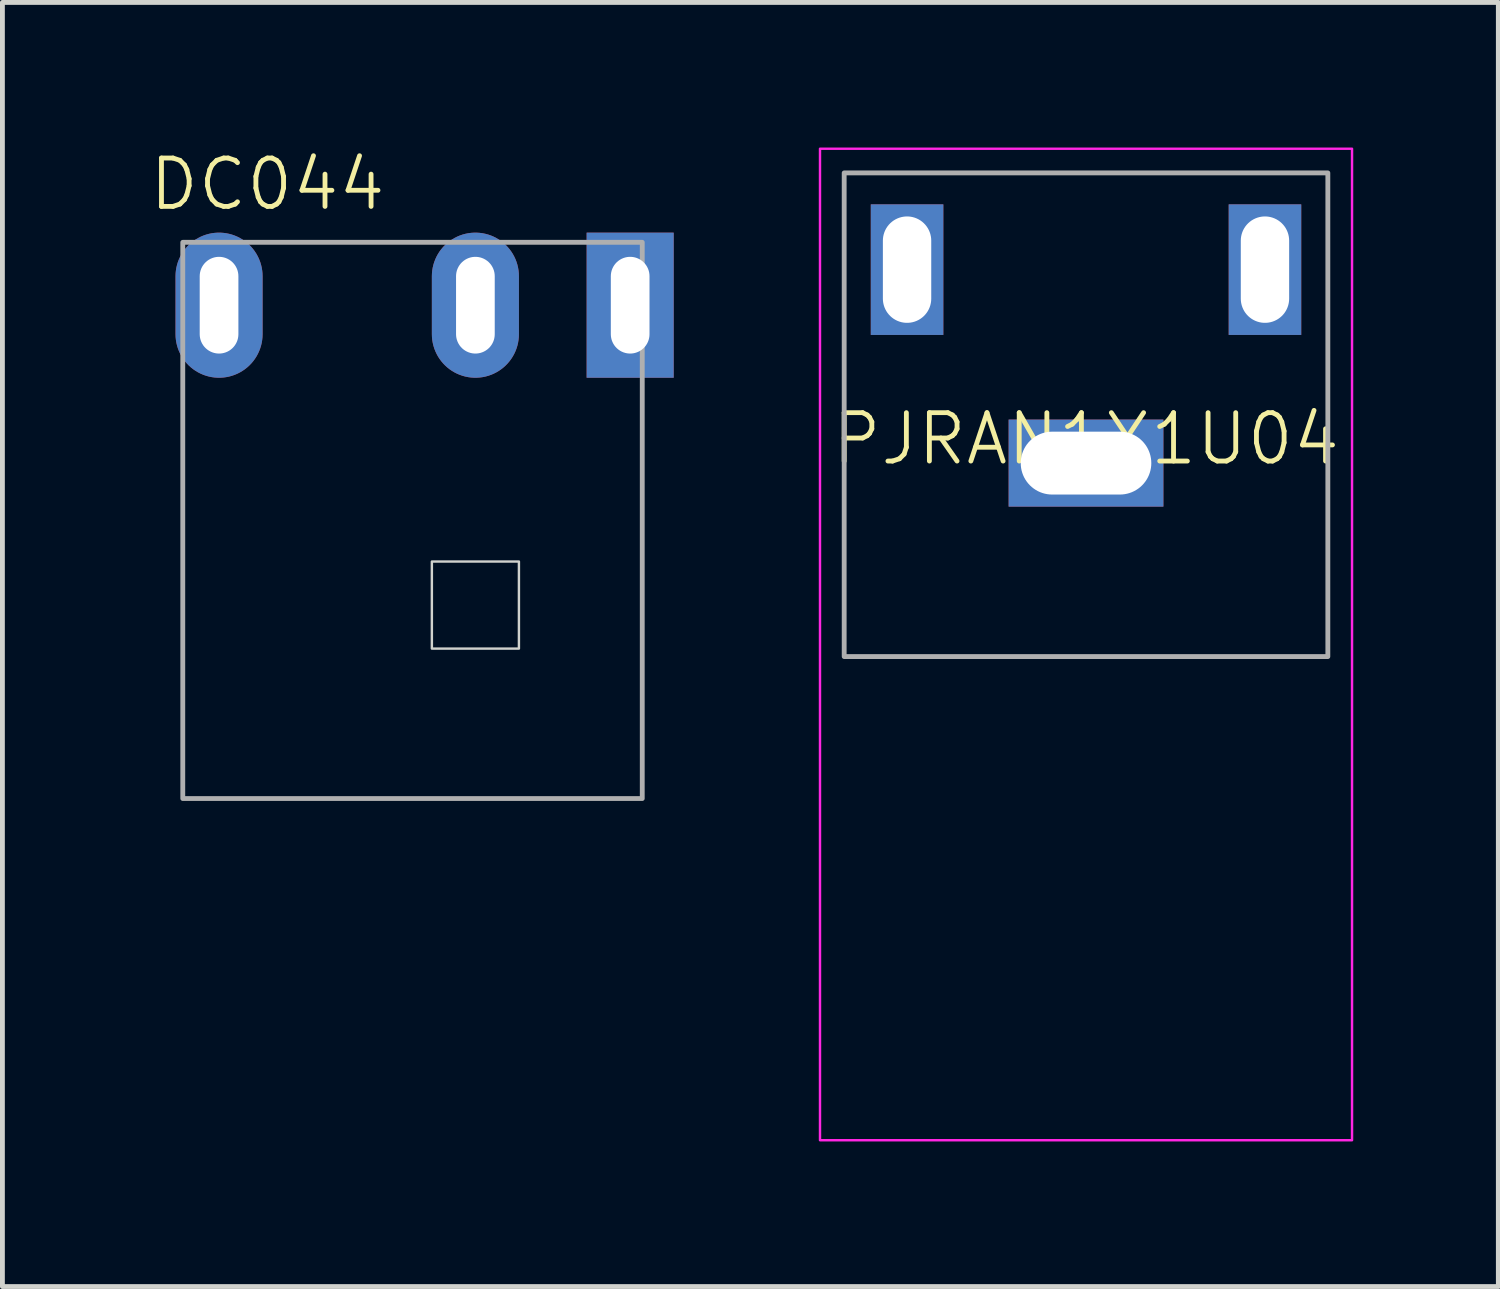
<source format=kicad_pcb>
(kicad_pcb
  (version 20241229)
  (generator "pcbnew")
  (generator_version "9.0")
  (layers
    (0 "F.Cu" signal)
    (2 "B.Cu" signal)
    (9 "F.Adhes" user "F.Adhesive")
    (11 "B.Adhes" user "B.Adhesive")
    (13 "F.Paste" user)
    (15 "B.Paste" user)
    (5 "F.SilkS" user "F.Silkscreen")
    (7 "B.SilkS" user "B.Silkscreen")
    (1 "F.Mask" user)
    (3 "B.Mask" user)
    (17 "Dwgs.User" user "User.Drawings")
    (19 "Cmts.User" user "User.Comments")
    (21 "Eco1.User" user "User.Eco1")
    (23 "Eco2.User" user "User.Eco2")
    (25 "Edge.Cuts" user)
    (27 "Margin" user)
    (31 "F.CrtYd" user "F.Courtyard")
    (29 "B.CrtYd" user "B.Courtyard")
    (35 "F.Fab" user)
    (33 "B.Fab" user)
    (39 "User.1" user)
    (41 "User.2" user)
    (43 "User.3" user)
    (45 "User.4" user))
  (footprint "PJRAN1X1U04"
    (layer "F.Cu")
    (at 19.404 6.525)
    (property "Reference" "PJRAN1X1U04" (at 0 -0.5 0) (unlocked yes) (layer "F.SilkS") (effects (font (size 1 1) (thickness 0.1))))
    (attr smd)
    (fp_rect (start -5.5 -6.5) (end 5.5 14) (stroke (width 0.05) (type default)) (fill no) (layer "F.CrtYd"))
    (fp_rect (start -5 -6) (end 5 4) (stroke (width 0.1) (type default)) (fill no) (layer "F.Fab"))
    (pad "1" thru_hole rect (at 0 0) (size 3.2 1.8) (drill oval 2.7 1.3) (layers "*.Cu" "*.Mask"))
    (pad "2" thru_hole rect (at 3.7 -4) (size 1.5 2.7) (drill oval 1 2.2) (layers "*.Cu" "*.Mask"))
    (pad "3" thru_hole rect (at -3.7 -4) (size 1.5 2.7) (drill oval 1 2.2) (layers "*.Cu" "*.Mask")))
  (footprint "DC044"
    (layer "F.Cu")
    (at 9.979 3.26)
    (property "Reference" "DC044" (at -7.5 -2.5 0) (unlocked yes) (layer "F.SilkS") (effects (font (size 1 1) (thickness 0.1))))
    (attr through_hole)
    (fp_rect (start -4.1 5.3) (end -2.3 7.1) (stroke (width 0.05) (type default)) (fill no) (layer "Edge.Cuts"))
    (fp_rect (start -9.75 -1.8) (end 0.75 10.7) (stroke (width 0.1) (type default)) (fill no) (layer "Margin"))
    (fp_rect (start -9.25 -1.3) (end 0.25 10.2) (stroke (width 0.1) (type default)) (fill no) (layer "F.Fab"))
    (pad "1" thru_hole rect (at 0 0) (size 1.8 3) (drill oval 0.8 2) (layers "*.Cu" "*.Mask"))
    (pad "2" thru_hole oval (at -3.2 0) (size 1.8 3) (drill oval 0.8 2) (layers "*.Cu" "*.Mask"))
    (pad "3" thru_hole oval (at -8.5 0) (size 1.8 3) (drill oval 0.8 2) (layers "*.Cu" "*.Mask")))
  (gr_rect
    (start -3 -3)
    (end 27.929 23.55)
    (stroke (width 0.1) (type default))
    (fill no)
    (layer "Edge.Cuts")))
</source>
